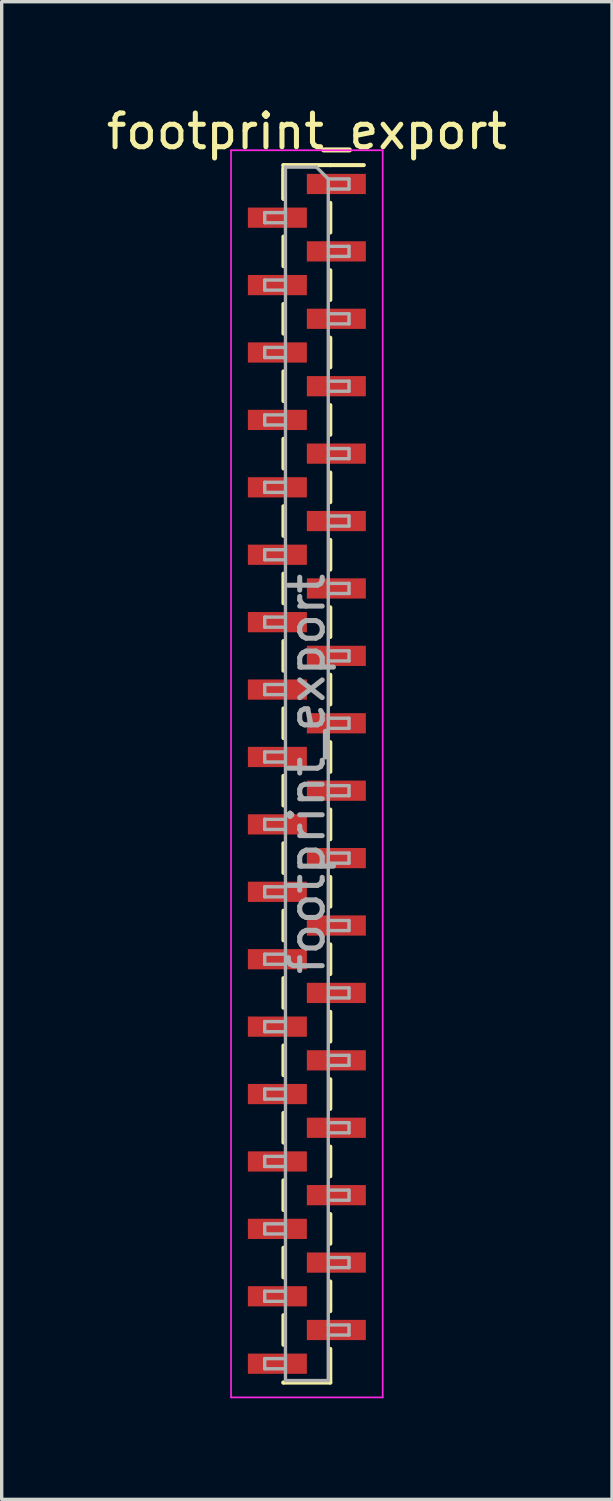
<source format=kicad_pcb>
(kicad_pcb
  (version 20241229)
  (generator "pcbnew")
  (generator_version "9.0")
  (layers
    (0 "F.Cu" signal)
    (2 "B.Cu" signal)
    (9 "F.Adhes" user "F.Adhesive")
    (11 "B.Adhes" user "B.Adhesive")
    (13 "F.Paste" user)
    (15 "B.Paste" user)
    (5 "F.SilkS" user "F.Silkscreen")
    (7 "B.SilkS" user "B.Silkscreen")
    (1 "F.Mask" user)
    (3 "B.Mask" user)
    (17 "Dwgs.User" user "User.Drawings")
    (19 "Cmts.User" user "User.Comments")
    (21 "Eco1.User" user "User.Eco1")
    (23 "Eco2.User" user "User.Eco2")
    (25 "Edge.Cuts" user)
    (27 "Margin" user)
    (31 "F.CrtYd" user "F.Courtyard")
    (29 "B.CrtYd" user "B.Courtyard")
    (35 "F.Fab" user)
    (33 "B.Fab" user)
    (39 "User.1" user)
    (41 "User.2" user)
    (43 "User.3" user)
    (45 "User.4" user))
  (footprint "footprint_export"
    (layer "F.Cu")
    (at 6.054 19.908)
    (property "Reference" "footprint_export" (at 0 -19.06 0) (layer "F.SilkS") (effects (font (size 1 1) (thickness 0.15))))
    (attr smd)
    (fp_line (start -0.695 -18.06) (end -0.695 -17.06) (stroke (width 0.12) (type solid)) (layer "F.SilkS"))
    (fp_line (start -0.695 -18.06) (end 0.695 -18.06) (stroke (width 0.12) (type solid)) (layer "F.SilkS"))
    (fp_line (start -0.695 -17.94) (end -0.695 -17.06) (stroke (width 0.12) (type solid)) (layer "F.SilkS"))
    (fp_line (start -0.695 -15.94) (end -0.695 -15.06) (stroke (width 0.12) (type solid)) (layer "F.SilkS"))
    (fp_line (start -0.695 -13.94) (end -0.695 -13.06) (stroke (width 0.12) (type solid)) (layer "F.SilkS"))
    (fp_line (start -0.695 -11.94) (end -0.695 -11.06) (stroke (width 0.12) (type solid)) (layer "F.SilkS"))
    (fp_line (start -0.695 -9.94) (end -0.695 -9.06) (stroke (width 0.12) (type solid)) (layer "F.SilkS"))
    (fp_line (start -0.695 -7.94) (end -0.695 -7.06) (stroke (width 0.12) (type solid)) (layer "F.SilkS"))
    (fp_line (start -0.695 -5.94) (end -0.695 -5.06) (stroke (width 0.12) (type solid)) (layer "F.SilkS"))
    (fp_line (start -0.695 -3.94) (end -0.695 -3.06) (stroke (width 0.12) (type solid)) (layer "F.SilkS"))
    (fp_line (start -0.695 -1.94) (end -0.695 -1.06) (stroke (width 0.12) (type solid)) (layer "F.SilkS"))
    (fp_line (start -0.695 0.06) (end -0.695 0.94) (stroke (width 0.12) (type solid)) (layer "F.SilkS"))
    (fp_line (start -0.695 2.06) (end -0.695 2.94) (stroke (width 0.12) (type solid)) (layer "F.SilkS"))
    (fp_line (start -0.695 4.06) (end -0.695 4.94) (stroke (width 0.12) (type solid)) (layer "F.SilkS"))
    (fp_line (start -0.695 6.06) (end -0.695 6.94) (stroke (width 0.12) (type solid)) (layer "F.SilkS"))
    (fp_line (start -0.695 8.06) (end -0.695 8.94) (stroke (width 0.12) (type solid)) (layer "F.SilkS"))
    (fp_line (start -0.695 10.06) (end -0.695 10.94) (stroke (width 0.12) (type solid)) (layer "F.SilkS"))
    (fp_line (start -0.695 12.06) (end -0.695 12.94) (stroke (width 0.12) (type solid)) (layer "F.SilkS"))
    (fp_line (start -0.695 14.06) (end -0.695 14.94) (stroke (width 0.12) (type solid)) (layer "F.SilkS"))
    (fp_line (start -0.695 16.06) (end -0.695 16.94) (stroke (width 0.12) (type solid)) (layer "F.SilkS"))
    (fp_line (start -0.695 18.06) (end -0.695 18.06) (stroke (width 0.12) (type solid)) (layer "F.SilkS"))
    (fp_line (start -0.695 18.06) (end 0.695 18.06) (stroke (width 0.12) (type solid)) (layer "F.SilkS"))
    (fp_line (start 0.695 -18.06) (end 0.695 -18.06) (stroke (width 0.12) (type solid)) (layer "F.SilkS"))
    (fp_line (start 0.695 -18.06) (end 1.69 -18.06) (stroke (width 0.12) (type solid)) (layer "F.SilkS"))
    (fp_line (start 0.695 -16.94) (end 0.695 -16.06) (stroke (width 0.12) (type solid)) (layer "F.SilkS"))
    (fp_line (start 0.695 -14.94) (end 0.695 -14.06) (stroke (width 0.12) (type solid)) (layer "F.SilkS"))
    (fp_line (start 0.695 -12.94) (end 0.695 -12.06) (stroke (width 0.12) (type solid)) (layer "F.SilkS"))
    (fp_line (start 0.695 -10.94) (end 0.695 -10.06) (stroke (width 0.12) (type solid)) (layer "F.SilkS"))
    (fp_line (start 0.695 -8.94) (end 0.695 -8.06) (stroke (width 0.12) (type solid)) (layer "F.SilkS"))
    (fp_line (start 0.695 -6.94) (end 0.695 -6.06) (stroke (width 0.12) (type solid)) (layer "F.SilkS"))
    (fp_line (start 0.695 -4.94) (end 0.695 -4.06) (stroke (width 0.12) (type solid)) (layer "F.SilkS"))
    (fp_line (start 0.695 -2.94) (end 0.695 -2.06) (stroke (width 0.12) (type solid)) (layer "F.SilkS"))
    (fp_line (start 0.695 -0.94) (end 0.695 -0.06) (stroke (width 0.12) (type solid)) (layer "F.SilkS"))
    (fp_line (start 0.695 1.06) (end 0.695 1.94) (stroke (width 0.12) (type solid)) (layer "F.SilkS"))
    (fp_line (start 0.695 3.06) (end 0.695 3.94) (stroke (width 0.12) (type solid)) (layer "F.SilkS"))
    (fp_line (start 0.695 5.06) (end 0.695 5.94) (stroke (width 0.12) (type solid)) (layer "F.SilkS"))
    (fp_line (start 0.695 7.06) (end 0.695 7.94) (stroke (width 0.12) (type solid)) (layer "F.SilkS"))
    (fp_line (start 0.695 9.06) (end 0.695 9.94) (stroke (width 0.12) (type solid)) (layer "F.SilkS"))
    (fp_line (start 0.695 11.06) (end 0.695 11.94) (stroke (width 0.12) (type solid)) (layer "F.SilkS"))
    (fp_line (start 0.695 13.06) (end 0.695 13.94) (stroke (width 0.12) (type solid)) (layer "F.SilkS"))
    (fp_line (start 0.695 15.06) (end 0.695 15.94) (stroke (width 0.12) (type solid)) (layer "F.SilkS"))
    (fp_line (start 0.695 17.06) (end 0.695 18.06) (stroke (width 0.12) (type solid)) (layer "F.SilkS"))
    (fp_line (start -2.25 -18.5) (end -2.25 18.5) (stroke (width 0.05) (type solid)) (layer "F.CrtYd"))
    (fp_line (start -2.25 18.5) (end 2.25 18.5) (stroke (width 0.05) (type solid)) (layer "F.CrtYd"))
    (fp_line (start 2.25 -18.5) (end -2.25 -18.5) (stroke (width 0.05) (type solid)) (layer "F.CrtYd"))
    (fp_line (start 2.25 18.5) (end 2.25 -18.5) (stroke (width 0.05) (type solid)) (layer "F.CrtYd"))
    (fp_line (start -1.25 -16.65) (end -1.25 -16.35) (stroke (width 0.1) (type solid)) (layer "F.Fab"))
    (fp_line (start -1.25 -16.35) (end -0.635 -16.35) (stroke (width 0.1) (type solid)) (layer "F.Fab"))
    (fp_line (start -1.25 -14.65) (end -1.25 -14.35) (stroke (width 0.1) (type solid)) (layer "F.Fab"))
    (fp_line (start -1.25 -14.35) (end -0.635 -14.35) (stroke (width 0.1) (type solid)) (layer "F.Fab"))
    (fp_line (start -1.25 -12.65) (end -1.25 -12.35) (stroke (width 0.1) (type solid)) (layer "F.Fab"))
    (fp_line (start -1.25 -12.35) (end -0.635 -12.35) (stroke (width 0.1) (type solid)) (layer "F.Fab"))
    (fp_line (start -1.25 -10.65) (end -1.25 -10.35) (stroke (width 0.1) (type solid)) (layer "F.Fab"))
    (fp_line (start -1.25 -10.35) (end -0.635 -10.35) (stroke (width 0.1) (type solid)) (layer "F.Fab"))
    (fp_line (start -1.25 -8.65) (end -1.25 -8.35) (stroke (width 0.1) (type solid)) (layer "F.Fab"))
    (fp_line (start -1.25 -8.35) (end -0.635 -8.35) (stroke (width 0.1) (type solid)) (layer "F.Fab"))
    (fp_line (start -1.25 -6.65) (end -1.25 -6.35) (stroke (width 0.1) (type solid)) (layer "F.Fab"))
    (fp_line (start -1.25 -6.35) (end -0.635 -6.35) (stroke (width 0.1) (type solid)) (layer "F.Fab"))
    (fp_line (start -1.25 -4.65) (end -1.25 -4.35) (stroke (width 0.1) (type solid)) (layer "F.Fab"))
    (fp_line (start -1.25 -4.35) (end -0.635 -4.35) (stroke (width 0.1) (type solid)) (layer "F.Fab"))
    (fp_line (start -1.25 -2.65) (end -1.25 -2.35) (stroke (width 0.1) (type solid)) (layer "F.Fab"))
    (fp_line (start -1.25 -2.35) (end -0.635 -2.35) (stroke (width 0.1) (type solid)) (layer "F.Fab"))
    (fp_line (start -1.25 -0.65) (end -1.25 -0.35) (stroke (width 0.1) (type solid)) (layer "F.Fab"))
    (fp_line (start -1.25 -0.35) (end -0.635 -0.35) (stroke (width 0.1) (type solid)) (layer "F.Fab"))
    (fp_line (start -1.25 1.35) (end -1.25 1.65) (stroke (width 0.1) (type solid)) (layer "F.Fab"))
    (fp_line (start -1.25 1.65) (end -0.635 1.65) (stroke (width 0.1) (type solid)) (layer "F.Fab"))
    (fp_line (start -1.25 3.35) (end -1.25 3.65) (stroke (width 0.1) (type solid)) (layer "F.Fab"))
    (fp_line (start -1.25 3.65) (end -0.635 3.65) (stroke (width 0.1) (type solid)) (layer "F.Fab"))
    (fp_line (start -1.25 5.35) (end -1.25 5.65) (stroke (width 0.1) (type solid)) (layer "F.Fab"))
    (fp_line (start -1.25 5.65) (end -0.635 5.65) (stroke (width 0.1) (type solid)) (layer "F.Fab"))
    (fp_line (start -1.25 7.35) (end -1.25 7.65) (stroke (width 0.1) (type solid)) (layer "F.Fab"))
    (fp_line (start -1.25 7.65) (end -0.635 7.65) (stroke (width 0.1) (type solid)) (layer "F.Fab"))
    (fp_line (start -1.25 9.35) (end -1.25 9.65) (stroke (width 0.1) (type solid)) (layer "F.Fab"))
    (fp_line (start -1.25 9.65) (end -0.635 9.65) (stroke (width 0.1) (type solid)) (layer "F.Fab"))
    (fp_line (start -1.25 11.35) (end -1.25 11.65) (stroke (width 0.1) (type solid)) (layer "F.Fab"))
    (fp_line (start -1.25 11.65) (end -0.635 11.65) (stroke (width 0.1) (type solid)) (layer "F.Fab"))
    (fp_line (start -1.25 13.35) (end -1.25 13.65) (stroke (width 0.1) (type solid)) (layer "F.Fab"))
    (fp_line (start -1.25 13.65) (end -0.635 13.65) (stroke (width 0.1) (type solid)) (layer "F.Fab"))
    (fp_line (start -1.25 15.35) (end -1.25 15.65) (stroke (width 0.1) (type solid)) (layer "F.Fab"))
    (fp_line (start -1.25 15.65) (end -0.635 15.65) (stroke (width 0.1) (type solid)) (layer "F.Fab"))
    (fp_line (start -1.25 17.35) (end -1.25 17.65) (stroke (width 0.1) (type solid)) (layer "F.Fab"))
    (fp_line (start -1.25 17.65) (end -0.635 17.65) (stroke (width 0.1) (type solid)) (layer "F.Fab"))
    (fp_line (start -0.635 -18) (end -0.635 18) (stroke (width 0.1) (type solid)) (layer "F.Fab"))
    (fp_line (start -0.635 -18) (end 0.285 -18) (stroke (width 0.1) (type solid)) (layer "F.Fab"))
    (fp_line (start -0.635 -16.65) (end -1.25 -16.65) (stroke (width 0.1) (type solid)) (layer "F.Fab"))
    (fp_line (start -0.635 -14.65) (end -1.25 -14.65) (stroke (width 0.1) (type solid)) (layer "F.Fab"))
    (fp_line (start -0.635 -12.65) (end -1.25 -12.65) (stroke (width 0.1) (type solid)) (layer "F.Fab"))
    (fp_line (start -0.635 -10.65) (end -1.25 -10.65) (stroke (width 0.1) (type solid)) (layer "F.Fab"))
    (fp_line (start -0.635 -8.65) (end -1.25 -8.65) (stroke (width 0.1) (type solid)) (layer "F.Fab"))
    (fp_line (start -0.635 -6.65) (end -1.25 -6.65) (stroke (width 0.1) (type solid)) (layer "F.Fab"))
    (fp_line (start -0.635 -4.65) (end -1.25 -4.65) (stroke (width 0.1) (type solid)) (layer "F.Fab"))
    (fp_line (start -0.635 -2.65) (end -1.25 -2.65) (stroke (width 0.1) (type solid)) (layer "F.Fab"))
    (fp_line (start -0.635 -0.65) (end -1.25 -0.65) (stroke (width 0.1) (type solid)) (layer "F.Fab"))
    (fp_line (start -0.635 1.35) (end -1.25 1.35) (stroke (width 0.1) (type solid)) (layer "F.Fab"))
    (fp_line (start -0.635 3.35) (end -1.25 3.35) (stroke (width 0.1) (type solid)) (layer "F.Fab"))
    (fp_line (start -0.635 5.35) (end -1.25 5.35) (stroke (width 0.1) (type solid)) (layer "F.Fab"))
    (fp_line (start -0.635 7.35) (end -1.25 7.35) (stroke (width 0.1) (type solid)) (layer "F.Fab"))
    (fp_line (start -0.635 9.35) (end -1.25 9.35) (stroke (width 0.1) (type solid)) (layer "F.Fab"))
    (fp_line (start -0.635 11.35) (end -1.25 11.35) (stroke (width 0.1) (type solid)) (layer "F.Fab"))
    (fp_line (start -0.635 13.35) (end -1.25 13.35) (stroke (width 0.1) (type solid)) (layer "F.Fab"))
    (fp_line (start -0.635 15.35) (end -1.25 15.35) (stroke (width 0.1) (type solid)) (layer "F.Fab"))
    (fp_line (start -0.635 17.35) (end -1.25 17.35) (stroke (width 0.1) (type solid)) (layer "F.Fab"))
    (fp_line (start 0.635 -17.65) (end 0.285 -18) (stroke (width 0.1) (type solid)) (layer "F.Fab"))
    (fp_line (start 0.635 -17.65) (end 1.25 -17.65) (stroke (width 0.1) (type solid)) (layer "F.Fab"))
    (fp_line (start 0.635 -15.65) (end 1.25 -15.65) (stroke (width 0.1) (type solid)) (layer "F.Fab"))
    (fp_line (start 0.635 -13.65) (end 1.25 -13.65) (stroke (width 0.1) (type solid)) (layer "F.Fab"))
    (fp_line (start 0.635 -11.65) (end 1.25 -11.65) (stroke (width 0.1) (type solid)) (layer "F.Fab"))
    (fp_line (start 0.635 -9.65) (end 1.25 -9.65) (stroke (width 0.1) (type solid)) (layer "F.Fab"))
    (fp_line (start 0.635 -7.65) (end 1.25 -7.65) (stroke (width 0.1) (type solid)) (layer "F.Fab"))
    (fp_line (start 0.635 -5.65) (end 1.25 -5.65) (stroke (width 0.1) (type solid)) (layer "F.Fab"))
    (fp_line (start 0.635 -3.65) (end 1.25 -3.65) (stroke (width 0.1) (type solid)) (layer "F.Fab"))
    (fp_line (start 0.635 -1.65) (end 1.25 -1.65) (stroke (width 0.1) (type solid)) (layer "F.Fab"))
    (fp_line (start 0.635 0.35) (end 1.25 0.35) (stroke (width 0.1) (type solid)) (layer "F.Fab"))
    (fp_line (start 0.635 2.35) (end 1.25 2.35) (stroke (width 0.1) (type solid)) (layer "F.Fab"))
    (fp_line (start 0.635 4.35) (end 1.25 4.35) (stroke (width 0.1) (type solid)) (layer "F.Fab"))
    (fp_line (start 0.635 6.35) (end 1.25 6.35) (stroke (width 0.1) (type solid)) (layer "F.Fab"))
    (fp_line (start 0.635 8.35) (end 1.25 8.35) (stroke (width 0.1) (type solid)) (layer "F.Fab"))
    (fp_line (start 0.635 10.35) (end 1.25 10.35) (stroke (width 0.1) (type solid)) (layer "F.Fab"))
    (fp_line (start 0.635 12.35) (end 1.25 12.35) (stroke (width 0.1) (type solid)) (layer "F.Fab"))
    (fp_line (start 0.635 14.35) (end 1.25 14.35) (stroke (width 0.1) (type solid)) (layer "F.Fab"))
    (fp_line (start 0.635 16.35) (end 1.25 16.35) (stroke (width 0.1) (type solid)) (layer "F.Fab"))
    (fp_line (start 0.635 18) (end -0.635 18) (stroke (width 0.1) (type solid)) (layer "F.Fab"))
    (fp_line (start 0.635 18) (end 0.635 -17.65) (stroke (width 0.1) (type solid)) (layer "F.Fab"))
    (fp_line (start 1.25 -17.65) (end 1.25 -17.35) (stroke (width 0.1) (type solid)) (layer "F.Fab"))
    (fp_line (start 1.25 -17.35) (end 0.635 -17.35) (stroke (width 0.1) (type solid)) (layer "F.Fab"))
    (fp_line (start 1.25 -15.65) (end 1.25 -15.35) (stroke (width 0.1) (type solid)) (layer "F.Fab"))
    (fp_line (start 1.25 -15.35) (end 0.635 -15.35) (stroke (width 0.1) (type solid)) (layer "F.Fab"))
    (fp_line (start 1.25 -13.65) (end 1.25 -13.35) (stroke (width 0.1) (type solid)) (layer "F.Fab"))
    (fp_line (start 1.25 -13.35) (end 0.635 -13.35) (stroke (width 0.1) (type solid)) (layer "F.Fab"))
    (fp_line (start 1.25 -11.65) (end 1.25 -11.35) (stroke (width 0.1) (type solid)) (layer "F.Fab"))
    (fp_line (start 1.25 -11.35) (end 0.635 -11.35) (stroke (width 0.1) (type solid)) (layer "F.Fab"))
    (fp_line (start 1.25 -9.65) (end 1.25 -9.35) (stroke (width 0.1) (type solid)) (layer "F.Fab"))
    (fp_line (start 1.25 -9.35) (end 0.635 -9.35) (stroke (width 0.1) (type solid)) (layer "F.Fab"))
    (fp_line (start 1.25 -7.65) (end 1.25 -7.35) (stroke (width 0.1) (type solid)) (layer "F.Fab"))
    (fp_line (start 1.25 -7.35) (end 0.635 -7.35) (stroke (width 0.1) (type solid)) (layer "F.Fab"))
    (fp_line (start 1.25 -5.65) (end 1.25 -5.35) (stroke (width 0.1) (type solid)) (layer "F.Fab"))
    (fp_line (start 1.25 -5.35) (end 0.635 -5.35) (stroke (width 0.1) (type solid)) (layer "F.Fab"))
    (fp_line (start 1.25 -3.65) (end 1.25 -3.35) (stroke (width 0.1) (type solid)) (layer "F.Fab"))
    (fp_line (start 1.25 -3.35) (end 0.635 -3.35) (stroke (width 0.1) (type solid)) (layer "F.Fab"))
    (fp_line (start 1.25 -1.65) (end 1.25 -1.35) (stroke (width 0.1) (type solid)) (layer "F.Fab"))
    (fp_line (start 1.25 -1.35) (end 0.635 -1.35) (stroke (width 0.1) (type solid)) (layer "F.Fab"))
    (fp_line (start 1.25 0.35) (end 1.25 0.65) (stroke (width 0.1) (type solid)) (layer "F.Fab"))
    (fp_line (start 1.25 0.65) (end 0.635 0.65) (stroke (width 0.1) (type solid)) (layer "F.Fab"))
    (fp_line (start 1.25 2.35) (end 1.25 2.65) (stroke (width 0.1) (type solid)) (layer "F.Fab"))
    (fp_line (start 1.25 2.65) (end 0.635 2.65) (stroke (width 0.1) (type solid)) (layer "F.Fab"))
    (fp_line (start 1.25 4.35) (end 1.25 4.65) (stroke (width 0.1) (type solid)) (layer "F.Fab"))
    (fp_line (start 1.25 4.65) (end 0.635 4.65) (stroke (width 0.1) (type solid)) (layer "F.Fab"))
    (fp_line (start 1.25 6.35) (end 1.25 6.65) (stroke (width 0.1) (type solid)) (layer "F.Fab"))
    (fp_line (start 1.25 6.65) (end 0.635 6.65) (stroke (width 0.1) (type solid)) (layer "F.Fab"))
    (fp_line (start 1.25 8.35) (end 1.25 8.65) (stroke (width 0.1) (type solid)) (layer "F.Fab"))
    (fp_line (start 1.25 8.65) (end 0.635 8.65) (stroke (width 0.1) (type solid)) (layer "F.Fab"))
    (fp_line (start 1.25 10.35) (end 1.25 10.65) (stroke (width 0.1) (type solid)) (layer "F.Fab"))
    (fp_line (start 1.25 10.65) (end 0.635 10.65) (stroke (width 0.1) (type solid)) (layer "F.Fab"))
    (fp_line (start 1.25 12.35) (end 1.25 12.65) (stroke (width 0.1) (type solid)) (layer "F.Fab"))
    (fp_line (start 1.25 12.65) (end 0.635 12.65) (stroke (width 0.1) (type solid)) (layer "F.Fab"))
    (fp_line (start 1.25 14.35) (end 1.25 14.65) (stroke (width 0.1) (type solid)) (layer "F.Fab"))
    (fp_line (start 1.25 14.65) (end 0.635 14.65) (stroke (width 0.1) (type solid)) (layer "F.Fab"))
    (fp_line (start 1.25 16.35) (end 1.25 16.65) (stroke (width 0.1) (type solid)) (layer "F.Fab"))
    (fp_line (start 1.25 16.65) (end 0.635 16.65) (stroke (width 0.1) (type solid)) (layer "F.Fab"))
    (fp_text user "${REFERENCE}" (at 0 0 90) (layer "F.Fab") (effects (font (size 1 1) (thickness 0.15))))
    (pad "1" smd rect (at 0.875 -17.5) (size 1.75 0.6) (layers "F.Cu" "F.Mask" "F.Paste"))
    (pad "2" smd rect (at -0.875 -16.5) (size 1.75 0.6) (layers "F.Cu" "F.Mask" "F.Paste"))
    (pad "3" smd rect (at 0.875 -15.5) (size 1.75 0.6) (layers "F.Cu" "F.Mask" "F.Paste"))
    (pad "4" smd rect (at -0.875 -14.5) (size 1.75 0.6) (layers "F.Cu" "F.Mask" "F.Paste"))
    (pad "5" smd rect (at 0.875 -13.5) (size 1.75 0.6) (layers "F.Cu" "F.Mask" "F.Paste"))
    (pad "6" smd rect (at -0.875 -12.5) (size 1.75 0.6) (layers "F.Cu" "F.Mask" "F.Paste"))
    (pad "7" smd rect (at 0.875 -11.5) (size 1.75 0.6) (layers "F.Cu" "F.Mask" "F.Paste"))
    (pad "8" smd rect (at -0.875 -10.5) (size 1.75 0.6) (layers "F.Cu" "F.Mask" "F.Paste"))
    (pad "9" smd rect (at 0.875 -9.5) (size 1.75 0.6) (layers "F.Cu" "F.Mask" "F.Paste"))
    (pad "10" smd rect (at -0.875 -8.5) (size 1.75 0.6) (layers "F.Cu" "F.Mask" "F.Paste"))
    (pad "11" smd rect (at 0.875 -7.5) (size 1.75 0.6) (layers "F.Cu" "F.Mask" "F.Paste"))
    (pad "12" smd rect (at -0.875 -6.5) (size 1.75 0.6) (layers "F.Cu" "F.Mask" "F.Paste"))
    (pad "13" smd rect (at 0.875 -5.5) (size 1.75 0.6) (layers "F.Cu" "F.Mask" "F.Paste"))
    (pad "14" smd rect (at -0.875 -4.5) (size 1.75 0.6) (layers "F.Cu" "F.Mask" "F.Paste"))
    (pad "15" smd rect (at 0.875 -3.5) (size 1.75 0.6) (layers "F.Cu" "F.Mask" "F.Paste"))
    (pad "16" smd rect (at -0.875 -2.5) (size 1.75 0.6) (layers "F.Cu" "F.Mask" "F.Paste"))
    (pad "17" smd rect (at 0.875 -1.5) (size 1.75 0.6) (layers "F.Cu" "F.Mask" "F.Paste"))
    (pad "18" smd rect (at -0.875 -0.5) (size 1.75 0.6) (layers "F.Cu" "F.Mask" "F.Paste"))
    (pad "19" smd rect (at 0.875 0.5) (size 1.75 0.6) (layers "F.Cu" "F.Mask" "F.Paste"))
    (pad "20" smd rect (at -0.875 1.5) (size 1.75 0.6) (layers "F.Cu" "F.Mask" "F.Paste"))
    (pad "21" smd rect (at 0.875 2.5) (size 1.75 0.6) (layers "F.Cu" "F.Mask" "F.Paste"))
    (pad "22" smd rect (at -0.875 3.5) (size 1.75 0.6) (layers "F.Cu" "F.Mask" "F.Paste"))
    (pad "23" smd rect (at 0.875 4.5) (size 1.75 0.6) (layers "F.Cu" "F.Mask" "F.Paste"))
    (pad "24" smd rect (at -0.875 5.5) (size 1.75 0.6) (layers "F.Cu" "F.Mask" "F.Paste"))
    (pad "25" smd rect (at 0.875 6.5) (size 1.75 0.6) (layers "F.Cu" "F.Mask" "F.Paste"))
    (pad "26" smd rect (at -0.875 7.5) (size 1.75 0.6) (layers "F.Cu" "F.Mask" "F.Paste"))
    (pad "27" smd rect (at 0.875 8.5) (size 1.75 0.6) (layers "F.Cu" "F.Mask" "F.Paste"))
    (pad "28" smd rect (at -0.875 9.5) (size 1.75 0.6) (layers "F.Cu" "F.Mask" "F.Paste"))
    (pad "29" smd rect (at 0.875 10.5) (size 1.75 0.6) (layers "F.Cu" "F.Mask" "F.Paste"))
    (pad "30" smd rect (at -0.875 11.5) (size 1.75 0.6) (layers "F.Cu" "F.Mask" "F.Paste"))
    (pad "31" smd rect (at 0.875 12.5) (size 1.75 0.6) (layers "F.Cu" "F.Mask" "F.Paste"))
    (pad "32" smd rect (at -0.875 13.5) (size 1.75 0.6) (layers "F.Cu" "F.Mask" "F.Paste"))
    (pad "33" smd rect (at 0.875 14.5) (size 1.75 0.6) (layers "F.Cu" "F.Mask" "F.Paste"))
    (pad "34" smd rect (at -0.875 15.5) (size 1.75 0.6) (layers "F.Cu" "F.Mask" "F.Paste"))
    (pad "35" smd rect (at 0.875 16.5) (size 1.75 0.6) (layers "F.Cu" "F.Mask" "F.Paste"))
    (pad "36" smd rect (at -0.875 17.5) (size 1.75 0.6) (layers "F.Cu" "F.Mask" "F.Paste")))
  (gr_rect
    (start -3 -3)
    (end 15.107 41.433)
    (stroke (width 0.1) (type default))
    (fill no)
    (layer "Edge.Cuts")))
</source>
